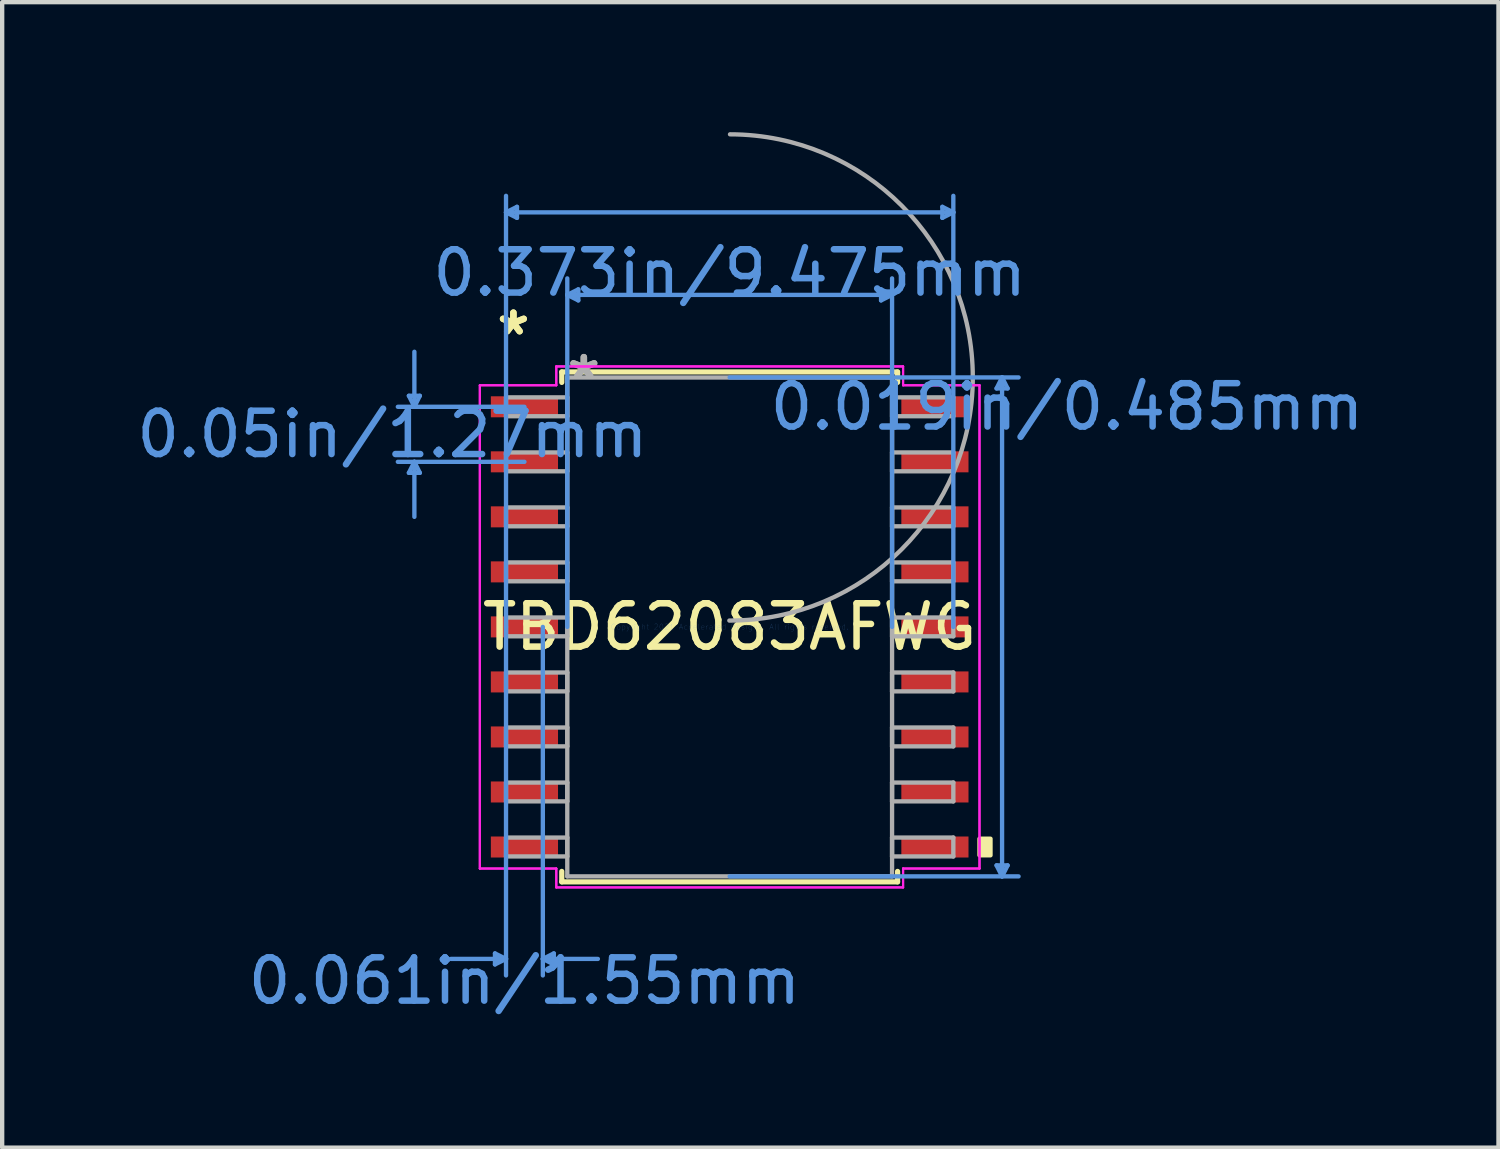
<source format=kicad_pcb>
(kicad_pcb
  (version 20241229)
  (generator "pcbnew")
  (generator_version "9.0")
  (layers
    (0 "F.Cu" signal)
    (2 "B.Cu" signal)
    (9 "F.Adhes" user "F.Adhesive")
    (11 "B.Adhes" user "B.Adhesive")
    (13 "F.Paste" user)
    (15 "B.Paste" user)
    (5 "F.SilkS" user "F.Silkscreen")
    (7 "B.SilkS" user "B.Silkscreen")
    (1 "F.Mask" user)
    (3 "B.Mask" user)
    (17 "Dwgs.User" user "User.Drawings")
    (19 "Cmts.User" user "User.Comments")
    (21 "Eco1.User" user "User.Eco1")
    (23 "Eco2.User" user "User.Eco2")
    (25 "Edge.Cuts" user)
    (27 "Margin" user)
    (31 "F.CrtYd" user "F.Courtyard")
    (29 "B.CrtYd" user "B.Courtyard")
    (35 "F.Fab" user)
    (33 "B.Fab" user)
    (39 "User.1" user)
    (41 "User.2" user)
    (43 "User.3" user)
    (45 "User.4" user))
  (footprint "TBD62083AFWG"
    (layer "F.Cu")
    (at 13.791 11.419)
    (property "Reference" "TBD62083AFWG" (at 0 0 0) (layer "F.SilkS") (effects (font (size 1 1) (thickness 0.15))))
    (attr through_hole)
    (fp_line (start -3.875 -5.884) (end -3.875 -5.643) (stroke (width 0.12) (type solid)) (layer "F.SilkS"))
    (fp_line (start -3.875 5.643) (end -3.875 5.884) (stroke (width 0.12) (type solid)) (layer "F.SilkS"))
    (fp_line (start -3.875 5.884) (end 3.875 5.884) (stroke (width 0.12) (type solid)) (layer "F.SilkS"))
    (fp_line (start 3.875 -5.884) (end -3.875 -5.884) (stroke (width 0.12) (type solid)) (layer "F.SilkS"))
    (fp_line (start 3.875 -5.643) (end 3.875 -5.884) (stroke (width 0.12) (type solid)) (layer "F.SilkS"))
    (fp_line (start 3.875 5.884) (end 3.875 5.643) (stroke (width 0.12) (type solid)) (layer "F.SilkS"))
    (fp_poly (pts (xy 6.02 4.889) (xy 6.02 5.271) (xy 5.766 5.271) (xy 5.766 4.889)) (stroke (width 0.1) (type solid)) (fill yes) (layer "F.SilkS"))
    (fp_line (start -7.404 -5.334) (end -7.151 -5.334) (stroke (width 0.1) (type solid)) (layer "Cmts.User"))
    (fp_line (start -7.404 -3.556) (end -7.151 -3.556) (stroke (width 0.1) (type solid)) (layer "Cmts.User"))
    (fp_line (start -7.277 -5.08) (end -7.404 -5.334) (stroke (width 0.1) (type solid)) (layer "Cmts.User"))
    (fp_line (start -7.277 -5.08) (end -7.277 -6.35) (stroke (width 0.1) (type solid)) (layer "Cmts.User"))
    (fp_line (start -7.277 -5.08) (end -7.151 -5.334) (stroke (width 0.1) (type solid)) (layer "Cmts.User"))
    (fp_line (start -7.277 -3.81) (end -7.404 -3.556) (stroke (width 0.1) (type solid)) (layer "Cmts.User"))
    (fp_line (start -7.277 -3.81) (end -7.277 -2.54) (stroke (width 0.1) (type solid)) (layer "Cmts.User"))
    (fp_line (start -7.277 -3.81) (end -7.151 -3.556) (stroke (width 0.1) (type solid)) (layer "Cmts.User"))
    (fp_line (start -5.417 7.536) (end -5.417 7.79) (stroke (width 0.1) (type solid)) (layer "Cmts.User"))
    (fp_line (start -5.162 -9.568) (end -4.909 -9.695) (stroke (width 0.1) (type solid)) (layer "Cmts.User"))
    (fp_line (start -5.162 -9.568) (end -4.909 -9.441) (stroke (width 0.1) (type solid)) (layer "Cmts.User"))
    (fp_line (start -5.162 -9.568) (end 5.162 -9.568) (stroke (width 0.1) (type solid)) (layer "Cmts.User"))
    (fp_line (start -5.162 0) (end -5.162 -9.949) (stroke (width 0.1) (type solid)) (layer "Cmts.User"))
    (fp_line (start -5.162 0) (end -5.162 8.044) (stroke (width 0.1) (type solid)) (layer "Cmts.User"))
    (fp_line (start -5.162 7.663) (end -6.433 7.663) (stroke (width 0.1) (type solid)) (layer "Cmts.User"))
    (fp_line (start -5.162 7.663) (end -5.417 7.536) (stroke (width 0.1) (type solid)) (layer "Cmts.User"))
    (fp_line (start -5.162 7.663) (end -5.417 7.79) (stroke (width 0.1) (type solid)) (layer "Cmts.User"))
    (fp_line (start -4.909 -9.695) (end -4.909 -9.441) (stroke (width 0.1) (type solid)) (layer "Cmts.User"))
    (fp_line (start -4.737 -5.08) (end -7.659 -5.08) (stroke (width 0.1) (type solid)) (layer "Cmts.User"))
    (fp_line (start -4.737 -3.81) (end -7.659 -3.81) (stroke (width 0.1) (type solid)) (layer "Cmts.User"))
    (fp_line (start -4.312 0) (end -4.312 8.044) (stroke (width 0.1) (type solid)) (layer "Cmts.User"))
    (fp_line (start -4.312 7.663) (end -4.059 7.536) (stroke (width 0.1) (type solid)) (layer "Cmts.User"))
    (fp_line (start -4.312 7.663) (end -4.059 7.79) (stroke (width 0.1) (type solid)) (layer "Cmts.User"))
    (fp_line (start -4.312 7.663) (end -3.042 7.663) (stroke (width 0.1) (type solid)) (layer "Cmts.User"))
    (fp_line (start -4.059 7.536) (end -4.059 7.79) (stroke (width 0.1) (type solid)) (layer "Cmts.User"))
    (fp_line (start -3.748 -7.663) (end -3.494 -7.79) (stroke (width 0.1) (type solid)) (layer "Cmts.User"))
    (fp_line (start -3.748 -7.663) (end -3.494 -7.536) (stroke (width 0.1) (type solid)) (layer "Cmts.User"))
    (fp_line (start -3.748 -7.663) (end 3.748 -7.663) (stroke (width 0.1) (type solid)) (layer "Cmts.User"))
    (fp_line (start -3.748 0) (end -3.748 -8.044) (stroke (width 0.1) (type solid)) (layer "Cmts.User"))
    (fp_line (start -3.494 -7.79) (end -3.494 -7.536) (stroke (width 0.1) (type solid)) (layer "Cmts.User"))
    (fp_line (start 0 -5.758) (end 6.668 -5.758) (stroke (width 0.1) (type solid)) (layer "Cmts.User"))
    (fp_line (start 0 5.758) (end 6.668 5.758) (stroke (width 0.1) (type solid)) (layer "Cmts.User"))
    (fp_line (start 3.494 -7.79) (end 3.494 -7.536) (stroke (width 0.1) (type solid)) (layer "Cmts.User"))
    (fp_line (start 3.748 -7.663) (end 3.494 -7.79) (stroke (width 0.1) (type solid)) (layer "Cmts.User"))
    (fp_line (start 3.748 -7.663) (end 3.494 -7.536) (stroke (width 0.1) (type solid)) (layer "Cmts.User"))
    (fp_line (start 3.748 0) (end 3.748 -8.044) (stroke (width 0.1) (type solid)) (layer "Cmts.User"))
    (fp_line (start 4.909 -9.695) (end 4.909 -9.441) (stroke (width 0.1) (type solid)) (layer "Cmts.User"))
    (fp_line (start 5.162 -9.568) (end 4.909 -9.695) (stroke (width 0.1) (type solid)) (layer "Cmts.User"))
    (fp_line (start 5.162 -9.568) (end 4.909 -9.441) (stroke (width 0.1) (type solid)) (layer "Cmts.User"))
    (fp_line (start 5.162 0) (end 5.162 -9.949) (stroke (width 0.1) (type solid)) (layer "Cmts.User"))
    (fp_line (start 6.16 -5.504) (end 6.415 -5.504) (stroke (width 0.1) (type solid)) (layer "Cmts.User"))
    (fp_line (start 6.16 5.504) (end 6.415 5.504) (stroke (width 0.1) (type solid)) (layer "Cmts.User"))
    (fp_line (start 6.287 -5.758) (end 6.16 -5.504) (stroke (width 0.1) (type solid)) (layer "Cmts.User"))
    (fp_line (start 6.287 -5.758) (end 6.287 5.758) (stroke (width 0.1) (type solid)) (layer "Cmts.User"))
    (fp_line (start 6.287 -5.758) (end 6.415 -5.504) (stroke (width 0.1) (type solid)) (layer "Cmts.User"))
    (fp_line (start 6.287 5.758) (end 6.16 5.504) (stroke (width 0.1) (type solid)) (layer "Cmts.User"))
    (fp_line (start 6.287 5.758) (end 6.415 5.504) (stroke (width 0.1) (type solid)) (layer "Cmts.User"))
    (fp_line (start -5.766 -5.577) (end -4.002 -5.577) (stroke (width 0.05) (type solid)) (layer "F.CrtYd"))
    (fp_line (start -5.766 -5.577) (end -4.002 -5.577) (stroke (width 0.05) (type solid)) (layer "F.CrtYd"))
    (fp_line (start -5.766 5.577) (end -5.766 -5.577) (stroke (width 0.05) (type solid)) (layer "F.CrtYd"))
    (fp_line (start -5.766 5.577) (end -5.766 -5.577) (stroke (width 0.05) (type solid)) (layer "F.CrtYd"))
    (fp_line (start -5.766 5.577) (end -4.002 5.577) (stroke (width 0.05) (type solid)) (layer "F.CrtYd"))
    (fp_line (start -4.002 -6.012) (end 4.002 -6.012) (stroke (width 0.05) (type solid)) (layer "F.CrtYd"))
    (fp_line (start -4.002 -6.012) (end 4.002 -6.012) (stroke (width 0.05) (type solid)) (layer "F.CrtYd"))
    (fp_line (start -4.002 -5.577) (end -4.002 -6.012) (stroke (width 0.05) (type solid)) (layer "F.CrtYd"))
    (fp_line (start -4.002 -5.577) (end -4.002 -6.012) (stroke (width 0.05) (type solid)) (layer "F.CrtYd"))
    (fp_line (start -4.002 5.577) (end -5.766 5.577) (stroke (width 0.05) (type solid)) (layer "F.CrtYd"))
    (fp_line (start -4.002 6.012) (end -4.002 5.577) (stroke (width 0.05) (type solid)) (layer "F.CrtYd"))
    (fp_line (start -4.002 6.012) (end -4.002 5.577) (stroke (width 0.05) (type solid)) (layer "F.CrtYd"))
    (fp_line (start 4.002 -6.012) (end 4.002 -5.577) (stroke (width 0.05) (type solid)) (layer "F.CrtYd"))
    (fp_line (start 4.002 -6.012) (end 4.002 -5.577) (stroke (width 0.05) (type solid)) (layer "F.CrtYd"))
    (fp_line (start 4.002 -5.577) (end 5.766 -5.577) (stroke (width 0.05) (type solid)) (layer "F.CrtYd"))
    (fp_line (start 4.002 5.577) (end 4.002 6.012) (stroke (width 0.05) (type solid)) (layer "F.CrtYd"))
    (fp_line (start 4.002 5.577) (end 4.002 6.012) (stroke (width 0.05) (type solid)) (layer "F.CrtYd"))
    (fp_line (start 4.002 6.012) (end -4.002 6.012) (stroke (width 0.05) (type solid)) (layer "F.CrtYd"))
    (fp_line (start 4.002 6.012) (end -4.002 6.012) (stroke (width 0.05) (type solid)) (layer "F.CrtYd"))
    (fp_line (start 5.766 -5.577) (end 4.002 -5.577) (stroke (width 0.05) (type solid)) (layer "F.CrtYd"))
    (fp_line (start 5.766 -5.577) (end 5.766 5.577) (stroke (width 0.05) (type solid)) (layer "F.CrtYd"))
    (fp_line (start 5.766 -5.577) (end 5.766 5.577) (stroke (width 0.05) (type solid)) (layer "F.CrtYd"))
    (fp_line (start 5.766 5.577) (end 4.002 5.577) (stroke (width 0.05) (type solid)) (layer "F.CrtYd"))
    (fp_line (start 5.766 5.577) (end 4.002 5.577) (stroke (width 0.05) (type solid)) (layer "F.CrtYd"))
    (fp_line (start -5.162 -5.298) (end -5.162 -4.862) (stroke (width 0.1) (type solid)) (layer "F.Fab"))
    (fp_line (start -5.162 -4.862) (end -3.748 -4.862) (stroke (width 0.1) (type solid)) (layer "F.Fab"))
    (fp_line (start -5.162 -4.027) (end -5.162 -3.592) (stroke (width 0.1) (type solid)) (layer "F.Fab"))
    (fp_line (start -5.162 -3.592) (end -3.748 -3.592) (stroke (width 0.1) (type solid)) (layer "F.Fab"))
    (fp_line (start -5.162 -2.757) (end -5.162 -2.322) (stroke (width 0.1) (type solid)) (layer "F.Fab"))
    (fp_line (start -5.162 -2.322) (end -3.748 -2.322) (stroke (width 0.1) (type solid)) (layer "F.Fab"))
    (fp_line (start -5.162 -1.488) (end -5.162 -1.052) (stroke (width 0.1) (type solid)) (layer "F.Fab"))
    (fp_line (start -5.162 -1.052) (end -3.748 -1.052) (stroke (width 0.1) (type solid)) (layer "F.Fab"))
    (fp_line (start -5.162 -0.217) (end -5.162 0.217) (stroke (width 0.1) (type solid)) (layer "F.Fab"))
    (fp_line (start -5.162 0.217) (end -3.748 0.217) (stroke (width 0.1) (type solid)) (layer "F.Fab"))
    (fp_line (start -5.162 1.052) (end -5.162 1.488) (stroke (width 0.1) (type solid)) (layer "F.Fab"))
    (fp_line (start -5.162 1.488) (end -3.748 1.488) (stroke (width 0.1) (type solid)) (layer "F.Fab"))
    (fp_line (start -5.162 2.322) (end -5.162 2.757) (stroke (width 0.1) (type solid)) (layer "F.Fab"))
    (fp_line (start -5.162 2.757) (end -3.748 2.757) (stroke (width 0.1) (type solid)) (layer "F.Fab"))
    (fp_line (start -5.162 3.592) (end -5.162 4.027) (stroke (width 0.1) (type solid)) (layer "F.Fab"))
    (fp_line (start -5.162 4.027) (end -3.748 4.027) (stroke (width 0.1) (type solid)) (layer "F.Fab"))
    (fp_line (start -5.162 4.862) (end -5.162 5.298) (stroke (width 0.1) (type solid)) (layer "F.Fab"))
    (fp_line (start -5.162 5.298) (end -3.748 5.298) (stroke (width 0.1) (type solid)) (layer "F.Fab"))
    (fp_line (start -3.748 -5.757) (end -3.748 5.757) (stroke (width 0.1) (type solid)) (layer "F.Fab"))
    (fp_line (start -3.748 5.757) (end 3.748 5.757) (stroke (width 0.1) (type solid)) (layer "F.Fab"))
    (fp_line (start -3.748 -5.298) (end -5.162 -5.298) (stroke (width 0.1) (type solid)) (layer "F.Fab"))
    (fp_line (start -3.748 -4.862) (end -3.748 -5.298) (stroke (width 0.1) (type solid)) (layer "F.Fab"))
    (fp_line (start -3.748 -4.027) (end -5.162 -4.027) (stroke (width 0.1) (type solid)) (layer "F.Fab"))
    (fp_line (start -3.748 -3.592) (end -3.748 -4.027) (stroke (width 0.1) (type solid)) (layer "F.Fab"))
    (fp_line (start -3.748 -2.757) (end -5.162 -2.757) (stroke (width 0.1) (type solid)) (layer "F.Fab"))
    (fp_line (start -3.748 -2.322) (end -3.748 -2.757) (stroke (width 0.1) (type solid)) (layer "F.Fab"))
    (fp_line (start -3.748 -1.488) (end -5.162 -1.488) (stroke (width 0.1) (type solid)) (layer "F.Fab"))
    (fp_line (start -3.748 -1.052) (end -3.748 -1.488) (stroke (width 0.1) (type solid)) (layer "F.Fab"))
    (fp_line (start -3.748 -0.217) (end -5.162 -0.217) (stroke (width 0.1) (type solid)) (layer "F.Fab"))
    (fp_line (start -3.748 0.217) (end -3.748 -0.217) (stroke (width 0.1) (type solid)) (layer "F.Fab"))
    (fp_line (start -3.748 1.052) (end -5.162 1.052) (stroke (width 0.1) (type solid)) (layer "F.Fab"))
    (fp_line (start -3.748 1.488) (end -3.748 1.052) (stroke (width 0.1) (type solid)) (layer "F.Fab"))
    (fp_line (start -3.748 2.322) (end -5.162 2.322) (stroke (width 0.1) (type solid)) (layer "F.Fab"))
    (fp_line (start -3.748 2.757) (end -3.748 2.322) (stroke (width 0.1) (type solid)) (layer "F.Fab"))
    (fp_line (start -3.748 3.592) (end -5.162 3.592) (stroke (width 0.1) (type solid)) (layer "F.Fab"))
    (fp_line (start -3.748 4.027) (end -3.748 3.592) (stroke (width 0.1) (type solid)) (layer "F.Fab"))
    (fp_line (start -3.748 4.862) (end -5.162 4.862) (stroke (width 0.1) (type solid)) (layer "F.Fab"))
    (fp_line (start -3.748 5.298) (end -3.748 4.862) (stroke (width 0.1) (type solid)) (layer "F.Fab"))
    (fp_line (start 3.748 -5.298) (end 3.748 -4.862) (stroke (width 0.1) (type solid)) (layer "F.Fab"))
    (fp_line (start 3.748 -4.862) (end 5.162 -4.862) (stroke (width 0.1) (type solid)) (layer "F.Fab"))
    (fp_line (start 3.748 -4.027) (end 3.748 -3.592) (stroke (width 0.1) (type solid)) (layer "F.Fab"))
    (fp_line (start 3.748 -3.592) (end 5.162 -3.592) (stroke (width 0.1) (type solid)) (layer "F.Fab"))
    (fp_line (start 3.748 -2.757) (end 3.748 -2.322) (stroke (width 0.1) (type solid)) (layer "F.Fab"))
    (fp_line (start 3.748 -2.322) (end 5.162 -2.322) (stroke (width 0.1) (type solid)) (layer "F.Fab"))
    (fp_line (start 3.748 -1.488) (end 3.748 -1.052) (stroke (width 0.1) (type solid)) (layer "F.Fab"))
    (fp_line (start 3.748 -1.052) (end 5.162 -1.052) (stroke (width 0.1) (type solid)) (layer "F.Fab"))
    (fp_line (start 3.748 -0.217) (end 3.748 0.217) (stroke (width 0.1) (type solid)) (layer "F.Fab"))
    (fp_line (start 3.748 0.217) (end 5.162 0.217) (stroke (width 0.1) (type solid)) (layer "F.Fab"))
    (fp_line (start 3.748 1.052) (end 3.748 1.488) (stroke (width 0.1) (type solid)) (layer "F.Fab"))
    (fp_line (start 3.748 1.488) (end 5.162 1.488) (stroke (width 0.1) (type solid)) (layer "F.Fab"))
    (fp_line (start 3.748 2.322) (end 3.748 2.757) (stroke (width 0.1) (type solid)) (layer "F.Fab"))
    (fp_line (start 3.748 2.757) (end 5.162 2.757) (stroke (width 0.1) (type solid)) (layer "F.Fab"))
    (fp_line (start 3.748 3.592) (end 3.748 4.027) (stroke (width 0.1) (type solid)) (layer "F.Fab"))
    (fp_line (start 3.748 4.027) (end 5.162 4.027) (stroke (width 0.1) (type solid)) (layer "F.Fab"))
    (fp_line (start 3.748 4.862) (end 3.748 5.298) (stroke (width 0.1) (type solid)) (layer "F.Fab"))
    (fp_line (start 3.748 5.298) (end 5.162 5.298) (stroke (width 0.1) (type solid)) (layer "F.Fab"))
    (fp_line (start 3.748 -5.757) (end -3.748 -5.757) (stroke (width 0.1) (type solid)) (layer "F.Fab"))
    (fp_line (start 3.748 5.757) (end 3.748 -5.757) (stroke (width 0.1) (type solid)) (layer "F.Fab"))
    (fp_line (start 5.162 -5.298) (end 3.748 -5.298) (stroke (width 0.1) (type solid)) (layer "F.Fab"))
    (fp_line (start 5.162 -4.862) (end 5.162 -5.298) (stroke (width 0.1) (type solid)) (layer "F.Fab"))
    (fp_line (start 5.162 -4.027) (end 3.748 -4.027) (stroke (width 0.1) (type solid)) (layer "F.Fab"))
    (fp_line (start 5.162 -3.592) (end 5.162 -4.027) (stroke (width 0.1) (type solid)) (layer "F.Fab"))
    (fp_line (start 5.162 -2.757) (end 3.748 -2.757) (stroke (width 0.1) (type solid)) (layer "F.Fab"))
    (fp_line (start 5.162 -2.322) (end 5.162 -2.757) (stroke (width 0.1) (type solid)) (layer "F.Fab"))
    (fp_line (start 5.162 -1.488) (end 3.748 -1.488) (stroke (width 0.1) (type solid)) (layer "F.Fab"))
    (fp_line (start 5.162 -1.052) (end 5.162 -1.488) (stroke (width 0.1) (type solid)) (layer "F.Fab"))
    (fp_line (start 5.162 -0.217) (end 3.748 -0.217) (stroke (width 0.1) (type solid)) (layer "F.Fab"))
    (fp_line (start 5.162 0.217) (end 5.162 -0.217) (stroke (width 0.1) (type solid)) (layer "F.Fab"))
    (fp_line (start 5.162 1.052) (end 3.748 1.052) (stroke (width 0.1) (type solid)) (layer "F.Fab"))
    (fp_line (start 5.162 1.488) (end 5.162 1.052) (stroke (width 0.1) (type solid)) (layer "F.Fab"))
    (fp_line (start 5.162 2.322) (end 3.748 2.322) (stroke (width 0.1) (type solid)) (layer "F.Fab"))
    (fp_line (start 5.162 2.757) (end 5.162 2.322) (stroke (width 0.1) (type solid)) (layer "F.Fab"))
    (fp_line (start 5.162 3.592) (end 3.748 3.592) (stroke (width 0.1) (type solid)) (layer "F.Fab"))
    (fp_line (start 5.162 4.027) (end 5.162 3.592) (stroke (width 0.1) (type solid)) (layer "F.Fab"))
    (fp_line (start 5.162 4.862) (end 3.748 4.862) (stroke (width 0.1) (type solid)) (layer "F.Fab"))
    (fp_line (start 5.162 5.298) (end 5.162 4.862) (stroke (width 0.1) (type solid)) (layer "F.Fab"))
    (fp_arc (start 0.007742 -11.368758) (mid 5.611259 -5.749757) (end -0.007742 -0.14624) (stroke (width 0.1) (type solid)) (layer "F.Fab"))
    (fp_text user "*" (at -4.992 -6.708 0) (layer "F.SilkS") (effects (font (size 1 1) (thickness 0.15))))
    (fp_text user "*" (at -4.992 -6.708 0) (layer "F.SilkS") (effects (font (size 1 1) (thickness 0.15))))
    (fp_text user "0.05in/1.27mm" (at -7.785 -4.445 0) (layer "Cmts.User") (effects (font (size 1 1) (thickness 0.15))))
    (fp_text user "0.373in/9.475mm" (at 0 -8.171 0) (layer "Cmts.User") (effects (font (size 1 1) (thickness 0.15))))
    (fp_text user "0.019in/0.485mm" (at 7.785 -5.08 0) (layer "Cmts.User") (effects (font (size 1 1) (thickness 0.15))))
    (fp_text user "Copyright 2021 Accelerated Designs. All rights reserved." (at 0 0 0) (layer "Cmts.User") (effects (font (size 0.127 0.127) (thickness 0.002))))
    (fp_text user "0.061in/1.55mm" (at -4.737 8.171 0) (layer "Cmts.User") (effects (font (size 1 1) (thickness 0.15))))
    (fp_text user "*" (at -3.366 -5.681 0) (layer "F.Fab") (effects (font (size 1 1) (thickness 0.15))))
    (fp_text user "*" (at -3.366 -5.681 0) (layer "F.Fab") (effects (font (size 1 1) (thickness 0.15))))
    (pad "1" smd rect (at -4.737 -5.08) (size 1.55 0.485) (layers "F.Cu" "F.Mask" "F.Paste"))
    (pad "2" smd rect (at -4.737 -3.81) (size 1.55 0.485) (layers "F.Cu" "F.Mask" "F.Paste"))
    (pad "3" smd rect (at -4.737 -2.54) (size 1.55 0.485) (layers "F.Cu" "F.Mask" "F.Paste"))
    (pad "4" smd rect (at -4.737 -1.27) (size 1.55 0.485) (layers "F.Cu" "F.Mask" "F.Paste"))
    (pad "5" smd rect (at -4.737 0) (size 1.55 0.485) (layers "F.Cu" "F.Mask" "F.Paste"))
    (pad "6" smd rect (at -4.737 1.27) (size 1.55 0.485) (layers "F.Cu" "F.Mask" "F.Paste"))
    (pad "7" smd rect (at -4.737 2.54) (size 1.55 0.485) (layers "F.Cu" "F.Mask" "F.Paste"))
    (pad "8" smd rect (at -4.737 3.81) (size 1.55 0.485) (layers "F.Cu" "F.Mask" "F.Paste"))
    (pad "9" smd rect (at -4.737 5.08) (size 1.55 0.485) (layers "F.Cu" "F.Mask" "F.Paste"))
    (pad "10" smd rect (at 4.737 5.08) (size 1.55 0.485) (layers "F.Cu" "F.Mask" "F.Paste"))
    (pad "11" smd rect (at 4.737 3.81) (size 1.55 0.485) (layers "F.Cu" "F.Mask" "F.Paste"))
    (pad "12" smd rect (at 4.737 2.54) (size 1.55 0.485) (layers "F.Cu" "F.Mask" "F.Paste"))
    (pad "13" smd rect (at 4.737 1.27) (size 1.55 0.485) (layers "F.Cu" "F.Mask" "F.Paste"))
    (pad "14" smd rect (at 4.737 0) (size 1.55 0.485) (layers "F.Cu" "F.Mask" "F.Paste"))
    (pad "15" smd rect (at 4.737 -1.27) (size 1.55 0.485) (layers "F.Cu" "F.Mask" "F.Paste"))
    (pad "16" smd rect (at 4.737 -2.54) (size 1.55 0.485) (layers "F.Cu" "F.Mask" "F.Paste"))
    (pad "17" smd rect (at 4.737 -3.81) (size 1.55 0.485) (layers "F.Cu" "F.Mask" "F.Paste"))
    (pad "18" smd rect (at 4.737 -5.08) (size 1.55 0.485) (layers "F.Cu" "F.Mask" "F.Paste")))
  (gr_rect
    (start -3 -3)
    (end 31.535 23.438)
    (stroke (width 0.1) (type default))
    (fill no)
    (layer "Edge.Cuts")))
</source>
